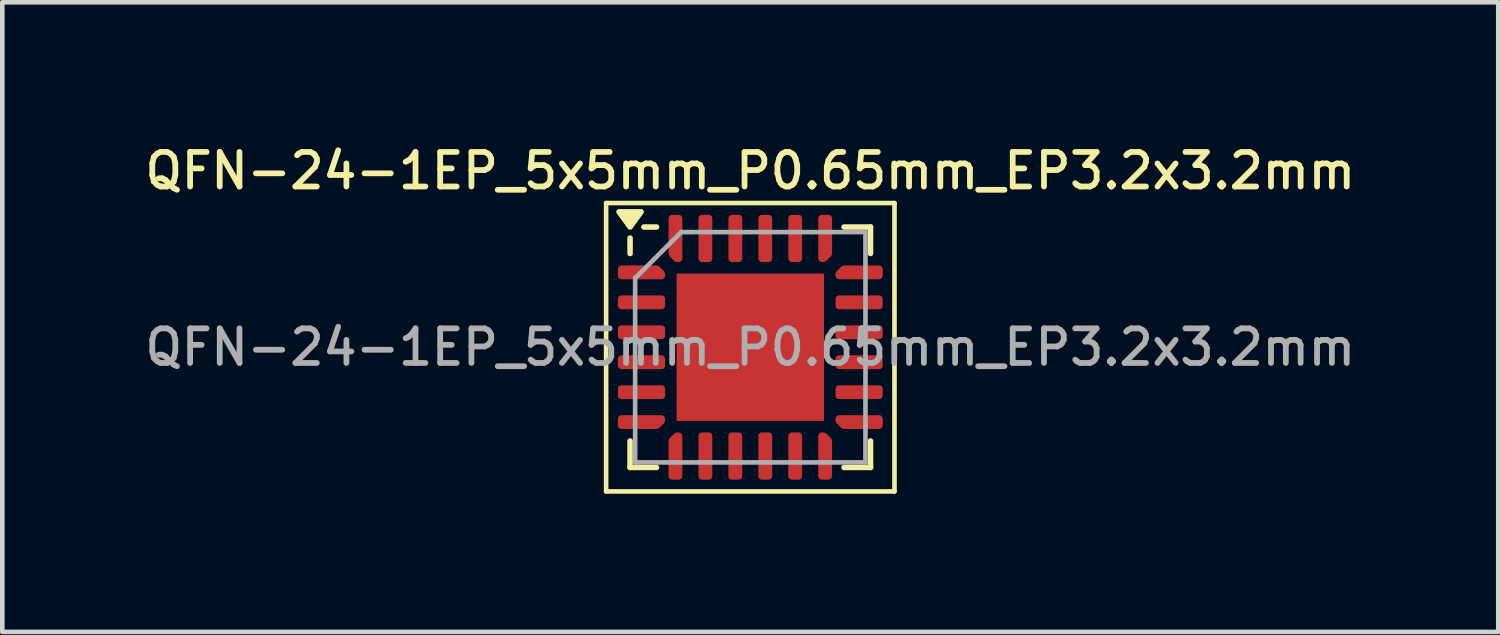
<source format=kicad_pcb>
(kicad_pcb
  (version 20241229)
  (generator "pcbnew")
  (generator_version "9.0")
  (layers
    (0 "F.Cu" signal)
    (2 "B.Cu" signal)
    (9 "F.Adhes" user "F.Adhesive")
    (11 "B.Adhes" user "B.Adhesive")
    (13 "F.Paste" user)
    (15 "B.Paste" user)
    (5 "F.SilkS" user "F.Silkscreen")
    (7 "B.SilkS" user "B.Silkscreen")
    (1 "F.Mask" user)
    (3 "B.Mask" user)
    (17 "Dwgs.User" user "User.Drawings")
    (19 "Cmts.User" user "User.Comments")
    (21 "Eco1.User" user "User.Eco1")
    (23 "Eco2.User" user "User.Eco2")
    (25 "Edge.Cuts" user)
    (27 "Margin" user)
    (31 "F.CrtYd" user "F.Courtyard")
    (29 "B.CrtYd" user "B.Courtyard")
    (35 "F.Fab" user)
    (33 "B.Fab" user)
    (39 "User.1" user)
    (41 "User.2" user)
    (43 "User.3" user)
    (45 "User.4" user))
  (footprint "QFN-24-1EP_5x5mm_P0.65mm_EP3.2x3.2mm"
    (layer "F.Cu")
    (at 13.238 4.488)
    (property "Reference" "QFN-24-1EP_5x5mm_P0.65mm_EP3.2x3.2mm" (at 0 -3.83 0) (layer "F.SilkS") (effects (font (size 0.75 0.75) (thickness 0.125))))
    (attr smd)
    (fp_line (start -3.13 -3.13) (end -3.13 3.13) (stroke (width 0.1) (type solid)) (layer "F.SilkS"))
    (fp_line (start -3.13 3.13) (end 3.13 3.13) (stroke (width 0.1) (type solid)) (layer "F.SilkS"))
    (fp_line (start -2.61 -2.035) (end -2.61 -2.37) (stroke (width 0.12) (type solid)) (layer "F.SilkS"))
    (fp_line (start -2.61 2.61) (end -2.61 2.035) (stroke (width 0.12) (type solid)) (layer "F.SilkS"))
    (fp_line (start -2.035 -2.61) (end -2.31 -2.61) (stroke (width 0.12) (type solid)) (layer "F.SilkS"))
    (fp_line (start -2.035 2.61) (end -2.61 2.61) (stroke (width 0.12) (type solid)) (layer "F.SilkS"))
    (fp_line (start 2.035 -2.61) (end 2.61 -2.61) (stroke (width 0.12) (type solid)) (layer "F.SilkS"))
    (fp_line (start 2.035 2.61) (end 2.61 2.61) (stroke (width 0.12) (type solid)) (layer "F.SilkS"))
    (fp_line (start 2.61 -2.61) (end 2.61 -2.035) (stroke (width 0.12) (type solid)) (layer "F.SilkS"))
    (fp_line (start 2.61 2.61) (end 2.61 2.035) (stroke (width 0.12) (type solid)) (layer "F.SilkS"))
    (fp_line (start 3.13 -3.13) (end -3.13 -3.13) (stroke (width 0.1) (type solid)) (layer "F.SilkS"))
    (fp_line (start 3.13 3.13) (end 3.13 -3.13) (stroke (width 0.1) (type solid)) (layer "F.SilkS"))
    (fp_poly (pts (xy -2.61 -2.61) (xy -2.85 -2.94) (xy -2.37 -2.94) (xy -2.61 -2.61)) (stroke (width 0.12) (type solid)) (fill yes) (layer "F.SilkS"))
    (fp_line (start -2.5 -1.5) (end -1.5 -2.5) (stroke (width 0.1) (type solid)) (layer "F.Fab"))
    (fp_line (start -2.5 2.5) (end -2.5 -1.5) (stroke (width 0.1) (type solid)) (layer "F.Fab"))
    (fp_line (start -1.5 -2.5) (end 2.5 -2.5) (stroke (width 0.1) (type solid)) (layer "F.Fab"))
    (fp_line (start 2.5 -2.5) (end 2.5 2.5) (stroke (width 0.1) (type solid)) (layer "F.Fab"))
    (fp_line (start 2.5 2.5) (end -2.5 2.5) (stroke (width 0.1) (type solid)) (layer "F.Fab"))
    (fp_text user "${REFERENCE}" (at 0 0 0) (layer "F.Fab") (effects (font (size 0.75 0.75) (thickness 0.125))))
    (pad "" smd roundrect (at -0.8 -0.8) (size 1.29 1.29) (layers "F.Paste") (roundrect_rratio 0.194))
    (pad "" smd roundrect (at -0.8 0.8) (size 1.29 1.29) (layers "F.Paste") (roundrect_rratio 0.194))
    (pad "" smd roundrect (at 0.8 -0.8) (size 1.29 1.29) (layers "F.Paste") (roundrect_rratio 0.194))
    (pad "" smd roundrect (at 0.8 0.8) (size 1.29 1.29) (layers "F.Paste") (roundrect_rratio 0.194))
    (pad "1" smd custom (at -2.362 -1.625) (size 0.194 0.194) (layers "F.Cu" "F.Mask" "F.Paste") (options (anchor circle)) (primitives (gr_poly (pts (xy -0.438 -0.075) (xy 0.331 -0.075) (xy 0.438 0.031) (xy 0.438 0.075) (xy -0.438 0.075)) (width 0.15) (fill yes))))
    (pad "2" smd roundrect (at -2.362 -0.975) (size 1.025 0.3) (layers "F.Cu" "F.Mask" "F.Paste") (roundrect_rratio 0.25))
    (pad "3" smd roundrect (at -2.362 -0.325) (size 1.025 0.3) (layers "F.Cu" "F.Mask" "F.Paste") (roundrect_rratio 0.25))
    (pad "4" smd roundrect (at -2.362 0.325) (size 1.025 0.3) (layers "F.Cu" "F.Mask" "F.Paste") (roundrect_rratio 0.25))
    (pad "5" smd roundrect (at -2.362 0.975) (size 1.025 0.3) (layers "F.Cu" "F.Mask" "F.Paste") (roundrect_rratio 0.25))
    (pad "6" smd custom (at -2.362 1.625) (size 0.194 0.194) (layers "F.Cu" "F.Mask" "F.Paste") (options (anchor circle)) (primitives (gr_poly (pts (xy -0.438 -0.075) (xy 0.438 -0.075) (xy 0.438 -0.031) (xy 0.331 0.075) (xy -0.438 0.075)) (width 0.15) (fill yes))))
    (pad "7" smd custom (at -1.625 2.362) (size 0.194 0.194) (layers "F.Cu" "F.Mask" "F.Paste") (options (anchor circle)) (primitives (gr_poly (pts (xy -0.075 -0.331) (xy 0.031 -0.438) (xy 0.075 -0.438) (xy 0.075 0.438) (xy -0.075 0.438)) (width 0.15) (fill yes))))
    (pad "8" smd roundrect (at -0.975 2.362) (size 0.3 1.025) (layers "F.Cu" "F.Mask" "F.Paste") (roundrect_rratio 0.25))
    (pad "9" smd roundrect (at -0.325 2.362) (size 0.3 1.025) (layers "F.Cu" "F.Mask" "F.Paste") (roundrect_rratio 0.25))
    (pad "10" smd roundrect (at 0.325 2.362) (size 0.3 1.025) (layers "F.Cu" "F.Mask" "F.Paste") (roundrect_rratio 0.25))
    (pad "11" smd roundrect (at 0.975 2.362) (size 0.3 1.025) (layers "F.Cu" "F.Mask" "F.Paste") (roundrect_rratio 0.25))
    (pad "12" smd custom (at 1.625 2.362) (size 0.194 0.194) (layers "F.Cu" "F.Mask" "F.Paste") (options (anchor circle)) (primitives (gr_poly (pts (xy -0.075 -0.438) (xy -0.031 -0.438) (xy 0.075 -0.331) (xy 0.075 0.438) (xy -0.075 0.438)) (width 0.15) (fill yes))))
    (pad "13" smd custom (at 2.362 1.625) (size 0.194 0.194) (layers "F.Cu" "F.Mask" "F.Paste") (options (anchor circle)) (primitives (gr_poly (pts (xy -0.438 -0.075) (xy 0.438 -0.075) (xy 0.438 0.075) (xy -0.331 0.075) (xy -0.438 -0.031)) (width 0.15) (fill yes))))
    (pad "14" smd roundrect (at 2.362 0.975) (size 1.025 0.3) (layers "F.Cu" "F.Mask" "F.Paste") (roundrect_rratio 0.25))
    (pad "15" smd roundrect (at 2.362 0.325) (size 1.025 0.3) (layers "F.Cu" "F.Mask" "F.Paste") (roundrect_rratio 0.25))
    (pad "16" smd roundrect (at 2.362 -0.325) (size 1.025 0.3) (layers "F.Cu" "F.Mask" "F.Paste") (roundrect_rratio 0.25))
    (pad "17" smd roundrect (at 2.362 -0.975) (size 1.025 0.3) (layers "F.Cu" "F.Mask" "F.Paste") (roundrect_rratio 0.25))
    (pad "18" smd custom (at 2.362 -1.625) (size 0.194 0.194) (layers "F.Cu" "F.Mask" "F.Paste") (options (anchor circle)) (primitives (gr_poly (pts (xy -0.438 0.031) (xy -0.331 -0.075) (xy 0.438 -0.075) (xy 0.438 0.075) (xy -0.438 0.075)) (width 0.15) (fill yes))))
    (pad "19" smd custom (at 1.625 -2.362) (size 0.194 0.194) (layers "F.Cu" "F.Mask" "F.Paste") (options (anchor circle)) (primitives (gr_poly (pts (xy -0.075 -0.438) (xy 0.075 -0.438) (xy 0.075 0.331) (xy -0.031 0.438) (xy -0.075 0.438)) (width 0.15) (fill yes))))
    (pad "20" smd roundrect (at 0.975 -2.362) (size 0.3 1.025) (layers "F.Cu" "F.Mask" "F.Paste") (roundrect_rratio 0.25))
    (pad "21" smd roundrect (at 0.325 -2.362) (size 0.3 1.025) (layers "F.Cu" "F.Mask" "F.Paste") (roundrect_rratio 0.25))
    (pad "22" smd roundrect (at -0.325 -2.362) (size 0.3 1.025) (layers "F.Cu" "F.Mask" "F.Paste") (roundrect_rratio 0.25))
    (pad "23" smd roundrect (at -0.975 -2.362) (size 0.3 1.025) (layers "F.Cu" "F.Mask" "F.Paste") (roundrect_rratio 0.25))
    (pad "24" smd custom (at -1.625 -2.362) (size 0.194 0.194) (layers "F.Cu" "F.Mask" "F.Paste") (options (anchor circle)) (primitives (gr_poly (pts (xy -0.075 -0.438) (xy 0.075 -0.438) (xy 0.075 0.438) (xy 0.031 0.438) (xy -0.075 0.331)) (width 0.15) (fill yes))))
    (pad "25" smd rect (at 0 0) (size 3.2 3.2) (property pad_prop_heatsink) (layers "F.Cu" "F.Mask")))
  (gr_rect
    (start -3 -3)
    (end 29.475 10.668)
    (stroke (width 0.1) (type default))
    (fill no)
    (layer "Edge.Cuts")))
</source>
